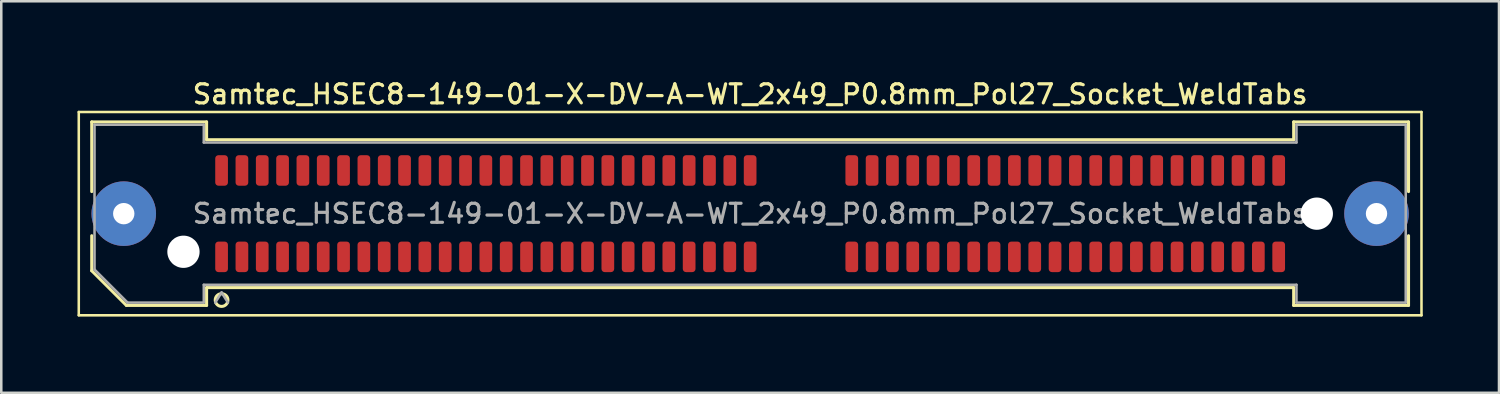
<source format=kicad_pcb>
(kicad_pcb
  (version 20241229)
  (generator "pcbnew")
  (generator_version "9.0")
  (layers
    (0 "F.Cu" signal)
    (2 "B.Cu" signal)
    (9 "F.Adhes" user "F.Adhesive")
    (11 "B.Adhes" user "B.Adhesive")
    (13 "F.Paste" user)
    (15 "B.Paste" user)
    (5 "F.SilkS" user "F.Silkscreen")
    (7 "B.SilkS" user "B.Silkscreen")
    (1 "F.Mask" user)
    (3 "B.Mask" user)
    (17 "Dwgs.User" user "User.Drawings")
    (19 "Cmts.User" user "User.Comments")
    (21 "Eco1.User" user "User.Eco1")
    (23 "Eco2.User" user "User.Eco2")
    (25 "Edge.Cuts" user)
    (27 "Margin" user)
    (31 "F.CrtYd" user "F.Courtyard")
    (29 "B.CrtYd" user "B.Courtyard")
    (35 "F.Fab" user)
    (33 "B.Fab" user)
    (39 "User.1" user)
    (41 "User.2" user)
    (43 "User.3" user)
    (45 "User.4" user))
  (footprint "Samtec_HSEC8-149-01-X-DV-A-WT_2x49_P0.8mm_Pol27_Socket_WeldTabs"
    (layer "F.Cu")
    (at 26.47 5.358)
    (property "Reference" "Samtec_HSEC8-149-01-X-DV-A-WT_2x49_P0.8mm_Pol27_Socket_WeldTabs" (at 0 -4.7 0) (layer "F.SilkS") (effects (font (size 0.75 0.75) (thickness 0.125))))
    (attr smd)
    (fp_line (start -26.42 -4) (end -26.42 4) (stroke (width 0.1) (type solid)) (layer "F.SilkS"))
    (fp_line (start -26.42 4) (end 26.42 4) (stroke (width 0.1) (type solid)) (layer "F.SilkS"))
    (fp_line (start -25.91 -3.61) (end -21.39 -3.61) (stroke (width 0.12) (type solid)) (layer "F.SilkS"))
    (fp_line (start -25.91 -0.868) (end -25.91 -3.61) (stroke (width 0.12) (type solid)) (layer "F.SilkS"))
    (fp_line (start -25.91 2.246) (end -25.91 0.868) (stroke (width 0.12) (type solid)) (layer "F.SilkS"))
    (fp_line (start -24.546 3.61) (end -25.91 2.246) (stroke (width 0.12) (type solid)) (layer "F.SilkS"))
    (fp_line (start -21.39 -3.61) (end -21.39 -2.91) (stroke (width 0.12) (type solid)) (layer "F.SilkS"))
    (fp_line (start -21.39 -2.91) (end 21.39 -2.91) (stroke (width 0.12) (type solid)) (layer "F.SilkS"))
    (fp_line (start -21.39 2.91) (end -21.39 3.61) (stroke (width 0.12) (type solid)) (layer "F.SilkS"))
    (fp_line (start -21.39 3.61) (end -24.546 3.61) (stroke (width 0.12) (type solid)) (layer "F.SilkS"))
    (fp_line (start 21.39 -3.61) (end 25.91 -3.61) (stroke (width 0.12) (type solid)) (layer "F.SilkS"))
    (fp_line (start 21.39 -2.91) (end 21.39 -3.61) (stroke (width 0.12) (type solid)) (layer "F.SilkS"))
    (fp_line (start 21.39 2.91) (end -21.39 2.91) (stroke (width 0.12) (type solid)) (layer "F.SilkS"))
    (fp_line (start 21.39 3.61) (end 21.39 2.91) (stroke (width 0.12) (type solid)) (layer "F.SilkS"))
    (fp_line (start 25.91 -3.61) (end 25.91 -0.868) (stroke (width 0.12) (type solid)) (layer "F.SilkS"))
    (fp_line (start 25.91 0.868) (end 25.91 3.61) (stroke (width 0.12) (type solid)) (layer "F.SilkS"))
    (fp_line (start 25.91 3.61) (end 21.39 3.61) (stroke (width 0.12) (type solid)) (layer "F.SilkS"))
    (fp_line (start 26.42 -4) (end -26.42 -4) (stroke (width 0.1) (type solid)) (layer "F.SilkS"))
    (fp_line (start 26.42 4) (end 26.42 -4) (stroke (width 0.1) (type solid)) (layer "F.SilkS"))
    (fp_arc (start -20.55 3.4) (mid -21.05 3.4) (end -20.55 3.4) (stroke (width 0.12) (type solid)) (layer "F.SilkS"))
    (fp_line (start -25.8 -3.5) (end -21.5 -3.5) (stroke (width 0.1) (type solid)) (layer "F.Fab"))
    (fp_line (start -25.8 2.2) (end -25.8 -3.5) (stroke (width 0.1) (type solid)) (layer "F.Fab"))
    (fp_line (start -24.5 3.5) (end -25.8 2.2) (stroke (width 0.1) (type solid)) (layer "F.Fab"))
    (fp_line (start -21.5 -3.5) (end -21.5 -2.8) (stroke (width 0.1) (type solid)) (layer "F.Fab"))
    (fp_line (start -21.5 -2.8) (end 21.5 -2.8) (stroke (width 0.1) (type solid)) (layer "F.Fab"))
    (fp_line (start -21.5 2.8) (end -21.5 3.5) (stroke (width 0.1) (type solid)) (layer "F.Fab"))
    (fp_line (start -21.5 3.5) (end -24.5 3.5) (stroke (width 0.1) (type solid)) (layer "F.Fab"))
    (fp_line (start -20.8 3.1) (end -21.05 3.5) (stroke (width 0.1) (type solid)) (layer "F.Fab"))
    (fp_line (start -20.8 3.1) (end -20.55 3.5) (stroke (width 0.1) (type solid)) (layer "F.Fab"))
    (fp_line (start 21.5 -3.5) (end 25.8 -3.5) (stroke (width 0.1) (type solid)) (layer "F.Fab"))
    (fp_line (start 21.5 -2.8) (end 21.5 -3.5) (stroke (width 0.1) (type solid)) (layer "F.Fab"))
    (fp_line (start 21.5 2.8) (end -21.5 2.8) (stroke (width 0.1) (type solid)) (layer "F.Fab"))
    (fp_line (start 21.5 3.5) (end 21.5 2.8) (stroke (width 0.1) (type solid)) (layer "F.Fab"))
    (fp_line (start 25.8 -3.5) (end 25.8 3.5) (stroke (width 0.1) (type solid)) (layer "F.Fab"))
    (fp_line (start 25.8 3.5) (end 21.5 3.5) (stroke (width 0.1) (type solid)) (layer "F.Fab"))
    (fp_text user "${REFERENCE}" (at 0 0 0) (layer "F.Fab") (effects (font (size 0.75 0.75) (thickness 0.125))))
    (pad "" thru_hole circle (at -24.65 0) (size 2.54 2.54) (drill 0.84) (layers "*.Cu" "*.Mask" "F.Paste"))
    (pad "" np_thru_hole circle (at -22.3 1.5) (size 1.27 1.27) (drill 1.27) (layers "*.Cu" "*.Mask"))
    (pad "" np_thru_hole circle (at 22.3 0) (size 1.27 1.27) (drill 1.27) (layers "*.Cu" "*.Mask"))
    (pad "" thru_hole circle (at 24.65 0) (size 2.54 2.54) (drill 0.84) (layers "*.Cu" "*.Mask" "F.Paste"))
    (pad "1" smd roundrect (at -20.8 1.7) (size 0.5 1.2) (layers "F.Cu" "F.Mask" "F.Paste") (roundrect_rratio 0.25))
    (pad "2" smd roundrect (at -20.8 -1.7) (size 0.5 1.2) (layers "F.Cu" "F.Mask" "F.Paste") (roundrect_rratio 0.25))
    (pad "3" smd roundrect (at -20 1.7) (size 0.5 1.2) (layers "F.Cu" "F.Mask" "F.Paste") (roundrect_rratio 0.25))
    (pad "4" smd roundrect (at -20 -1.7) (size 0.5 1.2) (layers "F.Cu" "F.Mask" "F.Paste") (roundrect_rratio 0.25))
    (pad "5" smd roundrect (at -19.2 1.7) (size 0.5 1.2) (layers "F.Cu" "F.Mask" "F.Paste") (roundrect_rratio 0.25))
    (pad "6" smd roundrect (at -19.2 -1.7) (size 0.5 1.2) (layers "F.Cu" "F.Mask" "F.Paste") (roundrect_rratio 0.25))
    (pad "7" smd roundrect (at -18.4 1.7) (size 0.5 1.2) (layers "F.Cu" "F.Mask" "F.Paste") (roundrect_rratio 0.25))
    (pad "8" smd roundrect (at -18.4 -1.7) (size 0.5 1.2) (layers "F.Cu" "F.Mask" "F.Paste") (roundrect_rratio 0.25))
    (pad "9" smd roundrect (at -17.6 1.7) (size 0.5 1.2) (layers "F.Cu" "F.Mask" "F.Paste") (roundrect_rratio 0.25))
    (pad "10" smd roundrect (at -17.6 -1.7) (size 0.5 1.2) (layers "F.Cu" "F.Mask" "F.Paste") (roundrect_rratio 0.25))
    (pad "11" smd roundrect (at -16.8 1.7) (size 0.5 1.2) (layers "F.Cu" "F.Mask" "F.Paste") (roundrect_rratio 0.25))
    (pad "12" smd roundrect (at -16.8 -1.7) (size 0.5 1.2) (layers "F.Cu" "F.Mask" "F.Paste") (roundrect_rratio 0.25))
    (pad "13" smd roundrect (at -16 1.7) (size 0.5 1.2) (layers "F.Cu" "F.Mask" "F.Paste") (roundrect_rratio 0.25))
    (pad "14" smd roundrect (at -16 -1.7) (size 0.5 1.2) (layers "F.Cu" "F.Mask" "F.Paste") (roundrect_rratio 0.25))
    (pad "15" smd roundrect (at -15.2 1.7) (size 0.5 1.2) (layers "F.Cu" "F.Mask" "F.Paste") (roundrect_rratio 0.25))
    (pad "16" smd roundrect (at -15.2 -1.7) (size 0.5 1.2) (layers "F.Cu" "F.Mask" "F.Paste") (roundrect_rratio 0.25))
    (pad "17" smd roundrect (at -14.4 1.7) (size 0.5 1.2) (layers "F.Cu" "F.Mask" "F.Paste") (roundrect_rratio 0.25))
    (pad "18" smd roundrect (at -14.4 -1.7) (size 0.5 1.2) (layers "F.Cu" "F.Mask" "F.Paste") (roundrect_rratio 0.25))
    (pad "19" smd roundrect (at -13.6 1.7) (size 0.5 1.2) (layers "F.Cu" "F.Mask" "F.Paste") (roundrect_rratio 0.25))
    (pad "20" smd roundrect (at -13.6 -1.7) (size 0.5 1.2) (layers "F.Cu" "F.Mask" "F.Paste") (roundrect_rratio 0.25))
    (pad "21" smd roundrect (at -12.8 1.7) (size 0.5 1.2) (layers "F.Cu" "F.Mask" "F.Paste") (roundrect_rratio 0.25))
    (pad "22" smd roundrect (at -12.8 -1.7) (size 0.5 1.2) (layers "F.Cu" "F.Mask" "F.Paste") (roundrect_rratio 0.25))
    (pad "23" smd roundrect (at -12 1.7) (size 0.5 1.2) (layers "F.Cu" "F.Mask" "F.Paste") (roundrect_rratio 0.25))
    (pad "24" smd roundrect (at -12 -1.7) (size 0.5 1.2) (layers "F.Cu" "F.Mask" "F.Paste") (roundrect_rratio 0.25))
    (pad "25" smd roundrect (at -11.2 1.7) (size 0.5 1.2) (layers "F.Cu" "F.Mask" "F.Paste") (roundrect_rratio 0.25))
    (pad "26" smd roundrect (at -11.2 -1.7) (size 0.5 1.2) (layers "F.Cu" "F.Mask" "F.Paste") (roundrect_rratio 0.25))
    (pad "27" smd roundrect (at -10.4 1.7) (size 0.5 1.2) (layers "F.Cu" "F.Mask" "F.Paste") (roundrect_rratio 0.25))
    (pad "28" smd roundrect (at -10.4 -1.7) (size 0.5 1.2) (layers "F.Cu" "F.Mask" "F.Paste") (roundrect_rratio 0.25))
    (pad "29" smd roundrect (at -9.6 1.7) (size 0.5 1.2) (layers "F.Cu" "F.Mask" "F.Paste") (roundrect_rratio 0.25))
    (pad "30" smd roundrect (at -9.6 -1.7) (size 0.5 1.2) (layers "F.Cu" "F.Mask" "F.Paste") (roundrect_rratio 0.25))
    (pad "31" smd roundrect (at -8.8 1.7) (size 0.5 1.2) (layers "F.Cu" "F.Mask" "F.Paste") (roundrect_rratio 0.25))
    (pad "32" smd roundrect (at -8.8 -1.7) (size 0.5 1.2) (layers "F.Cu" "F.Mask" "F.Paste") (roundrect_rratio 0.25))
    (pad "33" smd roundrect (at -8 1.7) (size 0.5 1.2) (layers "F.Cu" "F.Mask" "F.Paste") (roundrect_rratio 0.25))
    (pad "34" smd roundrect (at -8 -1.7) (size 0.5 1.2) (layers "F.Cu" "F.Mask" "F.Paste") (roundrect_rratio 0.25))
    (pad "35" smd roundrect (at -7.2 1.7) (size 0.5 1.2) (layers "F.Cu" "F.Mask" "F.Paste") (roundrect_rratio 0.25))
    (pad "36" smd roundrect (at -7.2 -1.7) (size 0.5 1.2) (layers "F.Cu" "F.Mask" "F.Paste") (roundrect_rratio 0.25))
    (pad "37" smd roundrect (at -6.4 1.7) (size 0.5 1.2) (layers "F.Cu" "F.Mask" "F.Paste") (roundrect_rratio 0.25))
    (pad "38" smd roundrect (at -6.4 -1.7) (size 0.5 1.2) (layers "F.Cu" "F.Mask" "F.Paste") (roundrect_rratio 0.25))
    (pad "39" smd roundrect (at -5.6 1.7) (size 0.5 1.2) (layers "F.Cu" "F.Mask" "F.Paste") (roundrect_rratio 0.25))
    (pad "40" smd roundrect (at -5.6 -1.7) (size 0.5 1.2) (layers "F.Cu" "F.Mask" "F.Paste") (roundrect_rratio 0.25))
    (pad "41" smd roundrect (at -4.8 1.7) (size 0.5 1.2) (layers "F.Cu" "F.Mask" "F.Paste") (roundrect_rratio 0.25))
    (pad "42" smd roundrect (at -4.8 -1.7) (size 0.5 1.2) (layers "F.Cu" "F.Mask" "F.Paste") (roundrect_rratio 0.25))
    (pad "43" smd roundrect (at -4 1.7) (size 0.5 1.2) (layers "F.Cu" "F.Mask" "F.Paste") (roundrect_rratio 0.25))
    (pad "44" smd roundrect (at -4 -1.7) (size 0.5 1.2) (layers "F.Cu" "F.Mask" "F.Paste") (roundrect_rratio 0.25))
    (pad "45" smd roundrect (at -3.2 1.7) (size 0.5 1.2) (layers "F.Cu" "F.Mask" "F.Paste") (roundrect_rratio 0.25))
    (pad "46" smd roundrect (at -3.2 -1.7) (size 0.5 1.2) (layers "F.Cu" "F.Mask" "F.Paste") (roundrect_rratio 0.25))
    (pad "47" smd roundrect (at -2.4 1.7) (size 0.5 1.2) (layers "F.Cu" "F.Mask" "F.Paste") (roundrect_rratio 0.25))
    (pad "48" smd roundrect (at -2.4 -1.7) (size 0.5 1.2) (layers "F.Cu" "F.Mask" "F.Paste") (roundrect_rratio 0.25))
    (pad "49" smd roundrect (at -1.6 1.7) (size 0.5 1.2) (layers "F.Cu" "F.Mask" "F.Paste") (roundrect_rratio 0.25))
    (pad "50" smd roundrect (at -1.6 -1.7) (size 0.5 1.2) (layers "F.Cu" "F.Mask" "F.Paste") (roundrect_rratio 0.25))
    (pad "51" smd roundrect (at -0.8 1.7) (size 0.5 1.2) (layers "F.Cu" "F.Mask" "F.Paste") (roundrect_rratio 0.25))
    (pad "52" smd roundrect (at -0.8 -1.7) (size 0.5 1.2) (layers "F.Cu" "F.Mask" "F.Paste") (roundrect_rratio 0.25))
    (pad "53" smd roundrect (at 0 1.7) (size 0.5 1.2) (layers "F.Cu" "F.Mask" "F.Paste") (roundrect_rratio 0.25))
    (pad "54" smd roundrect (at 0 -1.7) (size 0.5 1.2) (layers "F.Cu" "F.Mask" "F.Paste") (roundrect_rratio 0.25))
    (pad "55" smd roundrect (at 4 1.7) (size 0.5 1.2) (layers "F.Cu" "F.Mask" "F.Paste") (roundrect_rratio 0.25))
    (pad "56" smd roundrect (at 4 -1.7) (size 0.5 1.2) (layers "F.Cu" "F.Mask" "F.Paste") (roundrect_rratio 0.25))
    (pad "57" smd roundrect (at 4.8 1.7) (size 0.5 1.2) (layers "F.Cu" "F.Mask" "F.Paste") (roundrect_rratio 0.25))
    (pad "58" smd roundrect (at 4.8 -1.7) (size 0.5 1.2) (layers "F.Cu" "F.Mask" "F.Paste") (roundrect_rratio 0.25))
    (pad "59" smd roundrect (at 5.6 1.7) (size 0.5 1.2) (layers "F.Cu" "F.Mask" "F.Paste") (roundrect_rratio 0.25))
    (pad "60" smd roundrect (at 5.6 -1.7) (size 0.5 1.2) (layers "F.Cu" "F.Mask" "F.Paste") (roundrect_rratio 0.25))
    (pad "61" smd roundrect (at 6.4 1.7) (size 0.5 1.2) (layers "F.Cu" "F.Mask" "F.Paste") (roundrect_rratio 0.25))
    (pad "62" smd roundrect (at 6.4 -1.7) (size 0.5 1.2) (layers "F.Cu" "F.Mask" "F.Paste") (roundrect_rratio 0.25))
    (pad "63" smd roundrect (at 7.2 1.7) (size 0.5 1.2) (layers "F.Cu" "F.Mask" "F.Paste") (roundrect_rratio 0.25))
    (pad "64" smd roundrect (at 7.2 -1.7) (size 0.5 1.2) (layers "F.Cu" "F.Mask" "F.Paste") (roundrect_rratio 0.25))
    (pad "65" smd roundrect (at 8 1.7) (size 0.5 1.2) (layers "F.Cu" "F.Mask" "F.Paste") (roundrect_rratio 0.25))
    (pad "66" smd roundrect (at 8 -1.7) (size 0.5 1.2) (layers "F.Cu" "F.Mask" "F.Paste") (roundrect_rratio 0.25))
    (pad "67" smd roundrect (at 8.8 1.7) (size 0.5 1.2) (layers "F.Cu" "F.Mask" "F.Paste") (roundrect_rratio 0.25))
    (pad "68" smd roundrect (at 8.8 -1.7) (size 0.5 1.2) (layers "F.Cu" "F.Mask" "F.Paste") (roundrect_rratio 0.25))
    (pad "69" smd roundrect (at 9.6 1.7) (size 0.5 1.2) (layers "F.Cu" "F.Mask" "F.Paste") (roundrect_rratio 0.25))
    (pad "70" smd roundrect (at 9.6 -1.7) (size 0.5 1.2) (layers "F.Cu" "F.Mask" "F.Paste") (roundrect_rratio 0.25))
    (pad "71" smd roundrect (at 10.4 1.7) (size 0.5 1.2) (layers "F.Cu" "F.Mask" "F.Paste") (roundrect_rratio 0.25))
    (pad "72" smd roundrect (at 10.4 -1.7) (size 0.5 1.2) (layers "F.Cu" "F.Mask" "F.Paste") (roundrect_rratio 0.25))
    (pad "73" smd roundrect (at 11.2 1.7) (size 0.5 1.2) (layers "F.Cu" "F.Mask" "F.Paste") (roundrect_rratio 0.25))
    (pad "74" smd roundrect (at 11.2 -1.7) (size 0.5 1.2) (layers "F.Cu" "F.Mask" "F.Paste") (roundrect_rratio 0.25))
    (pad "75" smd roundrect (at 12 1.7) (size 0.5 1.2) (layers "F.Cu" "F.Mask" "F.Paste") (roundrect_rratio 0.25))
    (pad "76" smd roundrect (at 12 -1.7) (size 0.5 1.2) (layers "F.Cu" "F.Mask" "F.Paste") (roundrect_rratio 0.25))
    (pad "77" smd roundrect (at 12.8 1.7) (size 0.5 1.2) (layers "F.Cu" "F.Mask" "F.Paste") (roundrect_rratio 0.25))
    (pad "78" smd roundrect (at 12.8 -1.7) (size 0.5 1.2) (layers "F.Cu" "F.Mask" "F.Paste") (roundrect_rratio 0.25))
    (pad "79" smd roundrect (at 13.6 1.7) (size 0.5 1.2) (layers "F.Cu" "F.Mask" "F.Paste") (roundrect_rratio 0.25))
    (pad "80" smd roundrect (at 13.6 -1.7) (size 0.5 1.2) (layers "F.Cu" "F.Mask" "F.Paste") (roundrect_rratio 0.25))
    (pad "81" smd roundrect (at 14.4 1.7) (size 0.5 1.2) (layers "F.Cu" "F.Mask" "F.Paste") (roundrect_rratio 0.25))
    (pad "82" smd roundrect (at 14.4 -1.7) (size 0.5 1.2) (layers "F.Cu" "F.Mask" "F.Paste") (roundrect_rratio 0.25))
    (pad "83" smd roundrect (at 15.2 1.7) (size 0.5 1.2) (layers "F.Cu" "F.Mask" "F.Paste") (roundrect_rratio 0.25))
    (pad "84" smd roundrect (at 15.2 -1.7) (size 0.5 1.2) (layers "F.Cu" "F.Mask" "F.Paste") (roundrect_rratio 0.25))
    (pad "85" smd roundrect (at 16 1.7) (size 0.5 1.2) (layers "F.Cu" "F.Mask" "F.Paste") (roundrect_rratio 0.25))
    (pad "86" smd roundrect (at 16 -1.7) (size 0.5 1.2) (layers "F.Cu" "F.Mask" "F.Paste") (roundrect_rratio 0.25))
    (pad "87" smd roundrect (at 16.8 1.7) (size 0.5 1.2) (layers "F.Cu" "F.Mask" "F.Paste") (roundrect_rratio 0.25))
    (pad "88" smd roundrect (at 16.8 -1.7) (size 0.5 1.2) (layers "F.Cu" "F.Mask" "F.Paste") (roundrect_rratio 0.25))
    (pad "89" smd roundrect (at 17.6 1.7) (size 0.5 1.2) (layers "F.Cu" "F.Mask" "F.Paste") (roundrect_rratio 0.25))
    (pad "90" smd roundrect (at 17.6 -1.7) (size 0.5 1.2) (layers "F.Cu" "F.Mask" "F.Paste") (roundrect_rratio 0.25))
    (pad "91" smd roundrect (at 18.4 1.7) (size 0.5 1.2) (layers "F.Cu" "F.Mask" "F.Paste") (roundrect_rratio 0.25))
    (pad "92" smd roundrect (at 18.4 -1.7) (size 0.5 1.2) (layers "F.Cu" "F.Mask" "F.Paste") (roundrect_rratio 0.25))
    (pad "93" smd roundrect (at 19.2 1.7) (size 0.5 1.2) (layers "F.Cu" "F.Mask" "F.Paste") (roundrect_rratio 0.25))
    (pad "94" smd roundrect (at 19.2 -1.7) (size 0.5 1.2) (layers "F.Cu" "F.Mask" "F.Paste") (roundrect_rratio 0.25))
    (pad "95" smd roundrect (at 20 1.7) (size 0.5 1.2) (layers "F.Cu" "F.Mask" "F.Paste") (roundrect_rratio 0.25))
    (pad "96" smd roundrect (at 20 -1.7) (size 0.5 1.2) (layers "F.Cu" "F.Mask" "F.Paste") (roundrect_rratio 0.25))
    (pad "97" smd roundrect (at 20.8 1.7) (size 0.5 1.2) (layers "F.Cu" "F.Mask" "F.Paste") (roundrect_rratio 0.25))
    (pad "98" smd roundrect (at 20.8 -1.7) (size 0.5 1.2) (layers "F.Cu" "F.Mask" "F.Paste") (roundrect_rratio 0.25)))
  (gr_rect
    (start -3 -3)
    (end 55.94 12.408)
    (stroke (width 0.1) (type default))
    (fill no)
    (layer "Edge.Cuts")))
</source>
